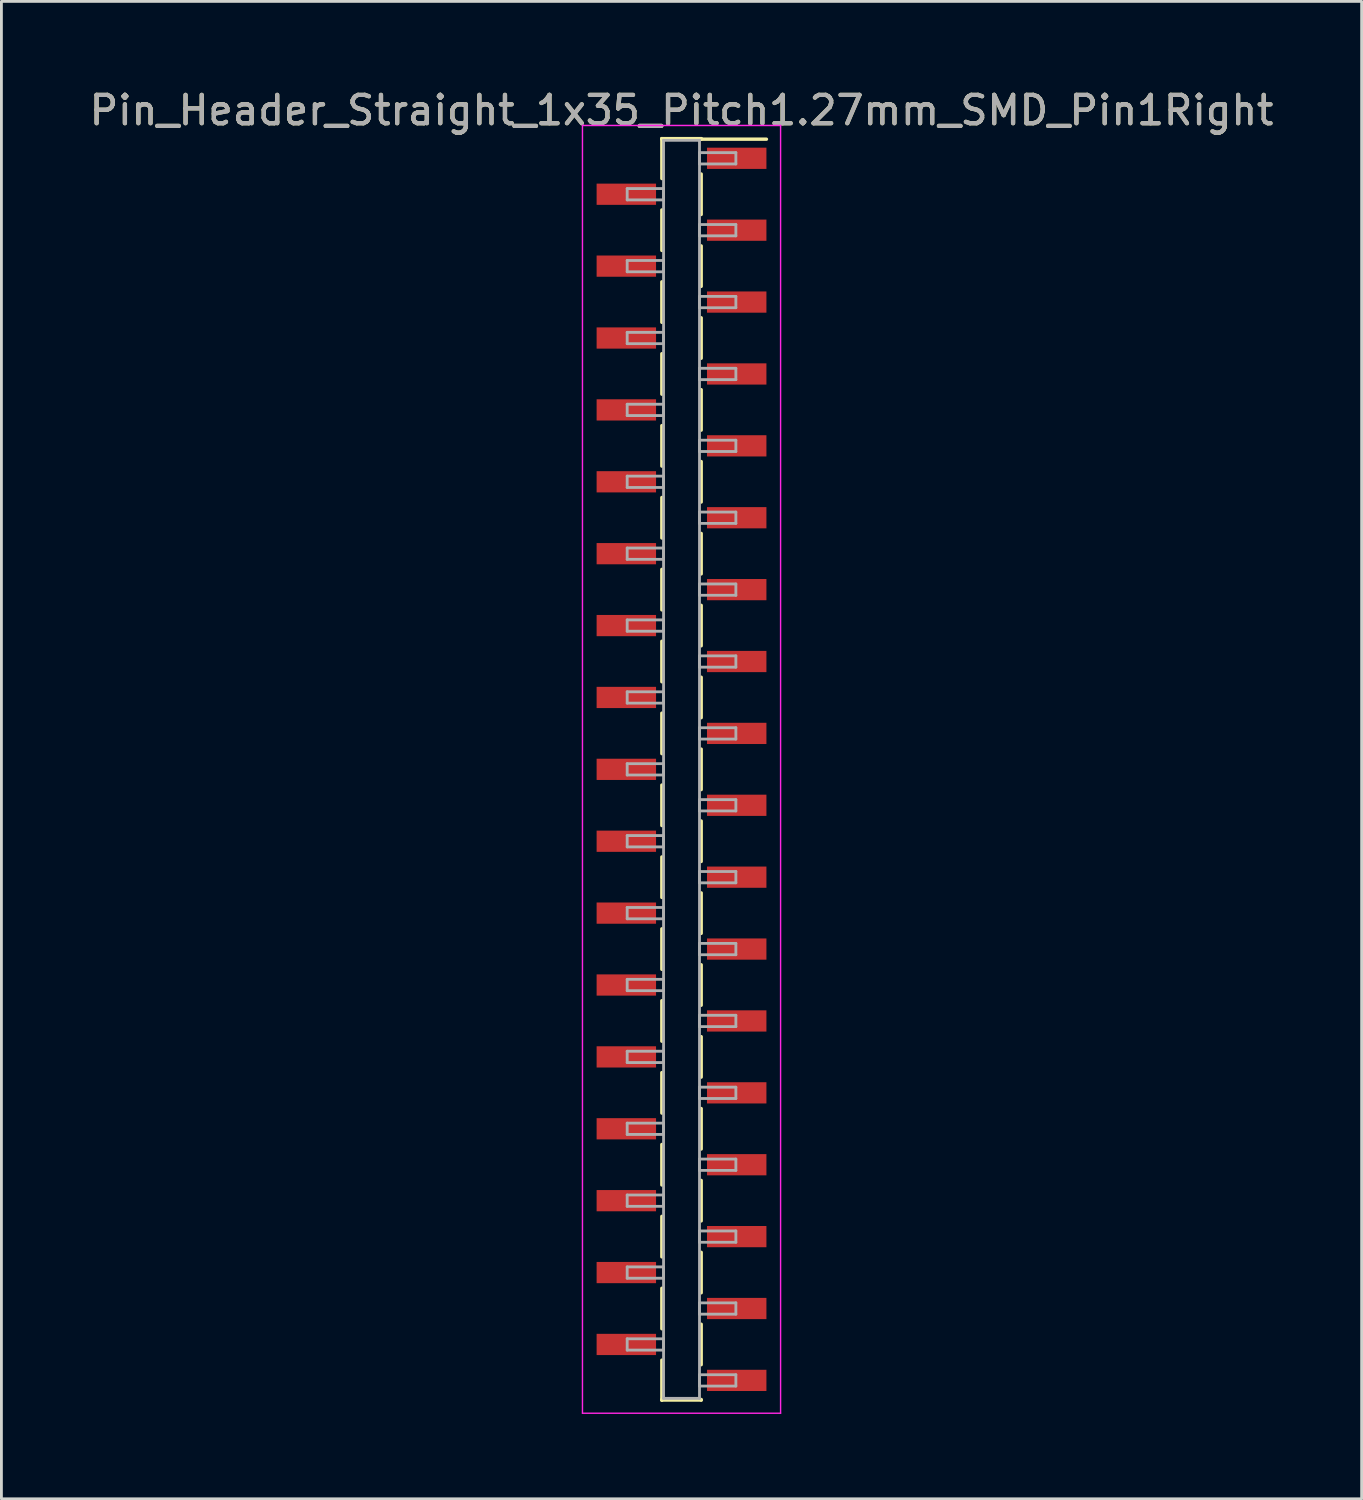
<source format=kicad_pcb>
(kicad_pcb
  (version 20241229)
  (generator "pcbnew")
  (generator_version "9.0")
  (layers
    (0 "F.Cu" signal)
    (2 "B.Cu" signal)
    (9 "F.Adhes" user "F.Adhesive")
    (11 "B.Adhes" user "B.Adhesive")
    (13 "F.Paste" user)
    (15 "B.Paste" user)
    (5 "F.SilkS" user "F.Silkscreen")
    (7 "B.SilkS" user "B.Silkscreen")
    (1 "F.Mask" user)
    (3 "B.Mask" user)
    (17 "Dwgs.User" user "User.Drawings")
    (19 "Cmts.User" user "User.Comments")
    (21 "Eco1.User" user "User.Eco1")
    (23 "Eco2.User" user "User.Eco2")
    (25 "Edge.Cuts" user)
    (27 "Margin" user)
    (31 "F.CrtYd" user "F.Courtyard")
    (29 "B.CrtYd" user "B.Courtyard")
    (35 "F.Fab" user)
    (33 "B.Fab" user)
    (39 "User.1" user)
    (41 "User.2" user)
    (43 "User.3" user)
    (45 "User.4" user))
  (footprint "Pin_Header_Straight_1x35_Pitch1.27mm_SMD_Pin1Right"
    (layer "F.Cu")
    (at 21.03 24.133)
    (property "Reference" "Pin_Header_Straight_1x35_Pitch1.27mm_SMD_Pin1Right" (at 0 -23.285 0) (layer "F.SilkS") (effects (font (size 1 1) (thickness 0.15))))
    (attr smd)
    (fp_line (start -0.695 -22.285) (end -0.695 -20.875) (stroke (width 0.12) (type solid)) (layer "F.SilkS"))
    (fp_line (start -0.695 -22.285) (end 0.695 -22.285) (stroke (width 0.12) (type solid)) (layer "F.SilkS"))
    (fp_line (start -0.695 -22.265) (end -0.695 -22.285) (stroke (width 0.12) (type solid)) (layer "F.SilkS"))
    (fp_line (start -0.695 -19.765) (end -0.695 -18.335) (stroke (width 0.12) (type solid)) (layer "F.SilkS"))
    (fp_line (start -0.695 -17.225) (end -0.695 -15.795) (stroke (width 0.12) (type solid)) (layer "F.SilkS"))
    (fp_line (start -0.695 -14.685) (end -0.695 -13.255) (stroke (width 0.12) (type solid)) (layer "F.SilkS"))
    (fp_line (start -0.695 -12.145) (end -0.695 -10.715) (stroke (width 0.12) (type solid)) (layer "F.SilkS"))
    (fp_line (start -0.695 -9.605) (end -0.695 -8.175) (stroke (width 0.12) (type solid)) (layer "F.SilkS"))
    (fp_line (start -0.695 -7.065) (end -0.695 -5.635) (stroke (width 0.12) (type solid)) (layer "F.SilkS"))
    (fp_line (start -0.695 -4.525) (end -0.695 -3.095) (stroke (width 0.12) (type solid)) (layer "F.SilkS"))
    (fp_line (start -0.695 -1.985) (end -0.695 -0.555) (stroke (width 0.12) (type solid)) (layer "F.SilkS"))
    (fp_line (start -0.695 0.555) (end -0.695 1.985) (stroke (width 0.12) (type solid)) (layer "F.SilkS"))
    (fp_line (start -0.695 3.095) (end -0.695 4.525) (stroke (width 0.12) (type solid)) (layer "F.SilkS"))
    (fp_line (start -0.695 5.635) (end -0.695 7.065) (stroke (width 0.12) (type solid)) (layer "F.SilkS"))
    (fp_line (start -0.695 8.175) (end -0.695 9.605) (stroke (width 0.12) (type solid)) (layer "F.SilkS"))
    (fp_line (start -0.695 10.715) (end -0.695 12.145) (stroke (width 0.12) (type solid)) (layer "F.SilkS"))
    (fp_line (start -0.695 13.255) (end -0.695 14.685) (stroke (width 0.12) (type solid)) (layer "F.SilkS"))
    (fp_line (start -0.695 15.795) (end -0.695 17.225) (stroke (width 0.12) (type solid)) (layer "F.SilkS"))
    (fp_line (start -0.695 18.335) (end -0.695 19.765) (stroke (width 0.12) (type solid)) (layer "F.SilkS"))
    (fp_line (start -0.695 20.875) (end -0.695 22.285) (stroke (width 0.12) (type solid)) (layer "F.SilkS"))
    (fp_line (start -0.695 22.265) (end -0.695 22.285) (stroke (width 0.12) (type solid)) (layer "F.SilkS"))
    (fp_line (start -0.695 22.285) (end 0.695 22.285) (stroke (width 0.12) (type solid)) (layer "F.SilkS"))
    (fp_line (start 0.695 -22.285) (end 0.695 -22.265) (stroke (width 0.12) (type solid)) (layer "F.SilkS"))
    (fp_line (start 0.695 -22.265) (end 3 -22.265) (stroke (width 0.12) (type solid)) (layer "F.SilkS"))
    (fp_line (start 0.695 -21.035) (end 0.695 -19.605) (stroke (width 0.12) (type solid)) (layer "F.SilkS"))
    (fp_line (start 0.695 -18.495) (end 0.695 -17.065) (stroke (width 0.12) (type solid)) (layer "F.SilkS"))
    (fp_line (start 0.695 -15.955) (end 0.695 -14.525) (stroke (width 0.12) (type solid)) (layer "F.SilkS"))
    (fp_line (start 0.695 -13.415) (end 0.695 -11.985) (stroke (width 0.12) (type solid)) (layer "F.SilkS"))
    (fp_line (start 0.695 -10.875) (end 0.695 -9.445) (stroke (width 0.12) (type solid)) (layer "F.SilkS"))
    (fp_line (start 0.695 -8.335) (end 0.695 -6.905) (stroke (width 0.12) (type solid)) (layer "F.SilkS"))
    (fp_line (start 0.695 -5.795) (end 0.695 -4.365) (stroke (width 0.12) (type solid)) (layer "F.SilkS"))
    (fp_line (start 0.695 -3.255) (end 0.695 -1.825) (stroke (width 0.12) (type solid)) (layer "F.SilkS"))
    (fp_line (start 0.695 -0.715) (end 0.695 0.715) (stroke (width 0.12) (type solid)) (layer "F.SilkS"))
    (fp_line (start 0.695 1.825) (end 0.695 3.255) (stroke (width 0.12) (type solid)) (layer "F.SilkS"))
    (fp_line (start 0.695 4.365) (end 0.695 5.795) (stroke (width 0.12) (type solid)) (layer "F.SilkS"))
    (fp_line (start 0.695 6.905) (end 0.695 8.335) (stroke (width 0.12) (type solid)) (layer "F.SilkS"))
    (fp_line (start 0.695 9.445) (end 0.695 10.875) (stroke (width 0.12) (type solid)) (layer "F.SilkS"))
    (fp_line (start 0.695 11.985) (end 0.695 13.415) (stroke (width 0.12) (type solid)) (layer "F.SilkS"))
    (fp_line (start 0.695 14.525) (end 0.695 15.955) (stroke (width 0.12) (type solid)) (layer "F.SilkS"))
    (fp_line (start 0.695 17.065) (end 0.695 18.495) (stroke (width 0.12) (type solid)) (layer "F.SilkS"))
    (fp_line (start 0.695 19.605) (end 0.695 21.035) (stroke (width 0.12) (type solid)) (layer "F.SilkS"))
    (fp_line (start 0.695 22.285) (end 0.695 22.265) (stroke (width 0.12) (type solid)) (layer "F.SilkS"))
    (fp_line (start -3.5 -22.75) (end -3.5 22.75) (stroke (width 0.05) (type solid)) (layer "F.CrtYd"))
    (fp_line (start -3.5 22.75) (end 3.5 22.75) (stroke (width 0.05) (type solid)) (layer "F.CrtYd"))
    (fp_line (start 3.5 -22.75) (end -3.5 -22.75) (stroke (width 0.05) (type solid)) (layer "F.CrtYd"))
    (fp_line (start 3.5 22.75) (end 3.5 -22.75) (stroke (width 0.05) (type solid)) (layer "F.CrtYd"))
    (fp_line (start -1.92 -20.52) (end -0.635 -20.52) (stroke (width 0.1) (type solid)) (layer "F.Fab"))
    (fp_line (start -1.92 -20.12) (end -1.92 -20.52) (stroke (width 0.1) (type solid)) (layer "F.Fab"))
    (fp_line (start -1.92 -17.98) (end -0.635 -17.98) (stroke (width 0.1) (type solid)) (layer "F.Fab"))
    (fp_line (start -1.92 -17.58) (end -1.92 -17.98) (stroke (width 0.1) (type solid)) (layer "F.Fab"))
    (fp_line (start -1.92 -15.44) (end -0.635 -15.44) (stroke (width 0.1) (type solid)) (layer "F.Fab"))
    (fp_line (start -1.92 -15.04) (end -1.92 -15.44) (stroke (width 0.1) (type solid)) (layer "F.Fab"))
    (fp_line (start -1.92 -12.9) (end -0.635 -12.9) (stroke (width 0.1) (type solid)) (layer "F.Fab"))
    (fp_line (start -1.92 -12.5) (end -1.92 -12.9) (stroke (width 0.1) (type solid)) (layer "F.Fab"))
    (fp_line (start -1.92 -10.36) (end -0.635 -10.36) (stroke (width 0.1) (type solid)) (layer "F.Fab"))
    (fp_line (start -1.92 -9.96) (end -1.92 -10.36) (stroke (width 0.1) (type solid)) (layer "F.Fab"))
    (fp_line (start -1.92 -7.82) (end -0.635 -7.82) (stroke (width 0.1) (type solid)) (layer "F.Fab"))
    (fp_line (start -1.92 -7.42) (end -1.92 -7.82) (stroke (width 0.1) (type solid)) (layer "F.Fab"))
    (fp_line (start -1.92 -5.28) (end -0.635 -5.28) (stroke (width 0.1) (type solid)) (layer "F.Fab"))
    (fp_line (start -1.92 -4.88) (end -1.92 -5.28) (stroke (width 0.1) (type solid)) (layer "F.Fab"))
    (fp_line (start -1.92 -2.74) (end -0.635 -2.74) (stroke (width 0.1) (type solid)) (layer "F.Fab"))
    (fp_line (start -1.92 -2.34) (end -1.92 -2.74) (stroke (width 0.1) (type solid)) (layer "F.Fab"))
    (fp_line (start -1.92 -0.2) (end -0.635 -0.2) (stroke (width 0.1) (type solid)) (layer "F.Fab"))
    (fp_line (start -1.92 0.2) (end -1.92 -0.2) (stroke (width 0.1) (type solid)) (layer "F.Fab"))
    (fp_line (start -1.92 2.34) (end -0.635 2.34) (stroke (width 0.1) (type solid)) (layer "F.Fab"))
    (fp_line (start -1.92 2.74) (end -1.92 2.34) (stroke (width 0.1) (type solid)) (layer "F.Fab"))
    (fp_line (start -1.92 4.88) (end -0.635 4.88) (stroke (width 0.1) (type solid)) (layer "F.Fab"))
    (fp_line (start -1.92 5.28) (end -1.92 4.88) (stroke (width 0.1) (type solid)) (layer "F.Fab"))
    (fp_line (start -1.92 7.42) (end -0.635 7.42) (stroke (width 0.1) (type solid)) (layer "F.Fab"))
    (fp_line (start -1.92 7.82) (end -1.92 7.42) (stroke (width 0.1) (type solid)) (layer "F.Fab"))
    (fp_line (start -1.92 9.96) (end -0.635 9.96) (stroke (width 0.1) (type solid)) (layer "F.Fab"))
    (fp_line (start -1.92 10.36) (end -1.92 9.96) (stroke (width 0.1) (type solid)) (layer "F.Fab"))
    (fp_line (start -1.92 12.5) (end -0.635 12.5) (stroke (width 0.1) (type solid)) (layer "F.Fab"))
    (fp_line (start -1.92 12.9) (end -1.92 12.5) (stroke (width 0.1) (type solid)) (layer "F.Fab"))
    (fp_line (start -1.92 15.04) (end -0.635 15.04) (stroke (width 0.1) (type solid)) (layer "F.Fab"))
    (fp_line (start -1.92 15.44) (end -1.92 15.04) (stroke (width 0.1) (type solid)) (layer "F.Fab"))
    (fp_line (start -1.92 17.58) (end -0.635 17.58) (stroke (width 0.1) (type solid)) (layer "F.Fab"))
    (fp_line (start -1.92 17.98) (end -1.92 17.58) (stroke (width 0.1) (type solid)) (layer "F.Fab"))
    (fp_line (start -1.92 20.12) (end -0.635 20.12) (stroke (width 0.1) (type solid)) (layer "F.Fab"))
    (fp_line (start -1.92 20.52) (end -1.92 20.12) (stroke (width 0.1) (type solid)) (layer "F.Fab"))
    (fp_line (start -0.635 -22.225) (end -0.635 22.225) (stroke (width 0.1) (type solid)) (layer "F.Fab"))
    (fp_line (start -0.635 -20.52) (end -0.635 -20.12) (stroke (width 0.1) (type solid)) (layer "F.Fab"))
    (fp_line (start -0.635 -20.12) (end -1.92 -20.12) (stroke (width 0.1) (type solid)) (layer "F.Fab"))
    (fp_line (start -0.635 -17.98) (end -0.635 -17.58) (stroke (width 0.1) (type solid)) (layer "F.Fab"))
    (fp_line (start -0.635 -17.58) (end -1.92 -17.58) (stroke (width 0.1) (type solid)) (layer "F.Fab"))
    (fp_line (start -0.635 -15.44) (end -0.635 -15.04) (stroke (width 0.1) (type solid)) (layer "F.Fab"))
    (fp_line (start -0.635 -15.04) (end -1.92 -15.04) (stroke (width 0.1) (type solid)) (layer "F.Fab"))
    (fp_line (start -0.635 -12.9) (end -0.635 -12.5) (stroke (width 0.1) (type solid)) (layer "F.Fab"))
    (fp_line (start -0.635 -12.5) (end -1.92 -12.5) (stroke (width 0.1) (type solid)) (layer "F.Fab"))
    (fp_line (start -0.635 -10.36) (end -0.635 -9.96) (stroke (width 0.1) (type solid)) (layer "F.Fab"))
    (fp_line (start -0.635 -9.96) (end -1.92 -9.96) (stroke (width 0.1) (type solid)) (layer "F.Fab"))
    (fp_line (start -0.635 -7.82) (end -0.635 -7.42) (stroke (width 0.1) (type solid)) (layer "F.Fab"))
    (fp_line (start -0.635 -7.42) (end -1.92 -7.42) (stroke (width 0.1) (type solid)) (layer "F.Fab"))
    (fp_line (start -0.635 -5.28) (end -0.635 -4.88) (stroke (width 0.1) (type solid)) (layer "F.Fab"))
    (fp_line (start -0.635 -4.88) (end -1.92 -4.88) (stroke (width 0.1) (type solid)) (layer "F.Fab"))
    (fp_line (start -0.635 -2.74) (end -0.635 -2.34) (stroke (width 0.1) (type solid)) (layer "F.Fab"))
    (fp_line (start -0.635 -2.34) (end -1.92 -2.34) (stroke (width 0.1) (type solid)) (layer "F.Fab"))
    (fp_line (start -0.635 -0.2) (end -0.635 0.2) (stroke (width 0.1) (type solid)) (layer "F.Fab"))
    (fp_line (start -0.635 0.2) (end -1.92 0.2) (stroke (width 0.1) (type solid)) (layer "F.Fab"))
    (fp_line (start -0.635 2.34) (end -0.635 2.74) (stroke (width 0.1) (type solid)) (layer "F.Fab"))
    (fp_line (start -0.635 2.74) (end -1.92 2.74) (stroke (width 0.1) (type solid)) (layer "F.Fab"))
    (fp_line (start -0.635 4.88) (end -0.635 5.28) (stroke (width 0.1) (type solid)) (layer "F.Fab"))
    (fp_line (start -0.635 5.28) (end -1.92 5.28) (stroke (width 0.1) (type solid)) (layer "F.Fab"))
    (fp_line (start -0.635 7.42) (end -0.635 7.82) (stroke (width 0.1) (type solid)) (layer "F.Fab"))
    (fp_line (start -0.635 7.82) (end -1.92 7.82) (stroke (width 0.1) (type solid)) (layer "F.Fab"))
    (fp_line (start -0.635 9.96) (end -0.635 10.36) (stroke (width 0.1) (type solid)) (layer "F.Fab"))
    (fp_line (start -0.635 10.36) (end -1.92 10.36) (stroke (width 0.1) (type solid)) (layer "F.Fab"))
    (fp_line (start -0.635 12.5) (end -0.635 12.9) (stroke (width 0.1) (type solid)) (layer "F.Fab"))
    (fp_line (start -0.635 12.9) (end -1.92 12.9) (stroke (width 0.1) (type solid)) (layer "F.Fab"))
    (fp_line (start -0.635 15.04) (end -0.635 15.44) (stroke (width 0.1) (type solid)) (layer "F.Fab"))
    (fp_line (start -0.635 15.44) (end -1.92 15.44) (stroke (width 0.1) (type solid)) (layer "F.Fab"))
    (fp_line (start -0.635 17.58) (end -0.635 17.98) (stroke (width 0.1) (type solid)) (layer "F.Fab"))
    (fp_line (start -0.635 17.98) (end -1.92 17.98) (stroke (width 0.1) (type solid)) (layer "F.Fab"))
    (fp_line (start -0.635 20.12) (end -0.635 20.52) (stroke (width 0.1) (type solid)) (layer "F.Fab"))
    (fp_line (start -0.635 20.52) (end -1.92 20.52) (stroke (width 0.1) (type solid)) (layer "F.Fab"))
    (fp_line (start -0.635 22.225) (end 0.635 22.225) (stroke (width 0.1) (type solid)) (layer "F.Fab"))
    (fp_line (start 0.635 -22.225) (end -0.635 -22.225) (stroke (width 0.1) (type solid)) (layer "F.Fab"))
    (fp_line (start 0.635 -21.79) (end 0.635 -21.39) (stroke (width 0.1) (type solid)) (layer "F.Fab"))
    (fp_line (start 0.635 -21.39) (end 1.92 -21.39) (stroke (width 0.1) (type solid)) (layer "F.Fab"))
    (fp_line (start 0.635 -19.25) (end 0.635 -18.85) (stroke (width 0.1) (type solid)) (layer "F.Fab"))
    (fp_line (start 0.635 -18.85) (end 1.92 -18.85) (stroke (width 0.1) (type solid)) (layer "F.Fab"))
    (fp_line (start 0.635 -16.71) (end 0.635 -16.31) (stroke (width 0.1) (type solid)) (layer "F.Fab"))
    (fp_line (start 0.635 -16.31) (end 1.92 -16.31) (stroke (width 0.1) (type solid)) (layer "F.Fab"))
    (fp_line (start 0.635 -14.17) (end 0.635 -13.77) (stroke (width 0.1) (type solid)) (layer "F.Fab"))
    (fp_line (start 0.635 -13.77) (end 1.92 -13.77) (stroke (width 0.1) (type solid)) (layer "F.Fab"))
    (fp_line (start 0.635 -11.63) (end 0.635 -11.23) (stroke (width 0.1) (type solid)) (layer "F.Fab"))
    (fp_line (start 0.635 -11.23) (end 1.92 -11.23) (stroke (width 0.1) (type solid)) (layer "F.Fab"))
    (fp_line (start 0.635 -9.09) (end 0.635 -8.69) (stroke (width 0.1) (type solid)) (layer "F.Fab"))
    (fp_line (start 0.635 -8.69) (end 1.92 -8.69) (stroke (width 0.1) (type solid)) (layer "F.Fab"))
    (fp_line (start 0.635 -6.55) (end 0.635 -6.15) (stroke (width 0.1) (type solid)) (layer "F.Fab"))
    (fp_line (start 0.635 -6.15) (end 1.92 -6.15) (stroke (width 0.1) (type solid)) (layer "F.Fab"))
    (fp_line (start 0.635 -4.01) (end 0.635 -3.61) (stroke (width 0.1) (type solid)) (layer "F.Fab"))
    (fp_line (start 0.635 -3.61) (end 1.92 -3.61) (stroke (width 0.1) (type solid)) (layer "F.Fab"))
    (fp_line (start 0.635 -1.47) (end 0.635 -1.07) (stroke (width 0.1) (type solid)) (layer "F.Fab"))
    (fp_line (start 0.635 -1.07) (end 1.92 -1.07) (stroke (width 0.1) (type solid)) (layer "F.Fab"))
    (fp_line (start 0.635 1.07) (end 0.635 1.47) (stroke (width 0.1) (type solid)) (layer "F.Fab"))
    (fp_line (start 0.635 1.47) (end 1.92 1.47) (stroke (width 0.1) (type solid)) (layer "F.Fab"))
    (fp_line (start 0.635 3.61) (end 0.635 4.01) (stroke (width 0.1) (type solid)) (layer "F.Fab"))
    (fp_line (start 0.635 4.01) (end 1.92 4.01) (stroke (width 0.1) (type solid)) (layer "F.Fab"))
    (fp_line (start 0.635 6.15) (end 0.635 6.55) (stroke (width 0.1) (type solid)) (layer "F.Fab"))
    (fp_line (start 0.635 6.55) (end 1.92 6.55) (stroke (width 0.1) (type solid)) (layer "F.Fab"))
    (fp_line (start 0.635 8.69) (end 0.635 9.09) (stroke (width 0.1) (type solid)) (layer "F.Fab"))
    (fp_line (start 0.635 9.09) (end 1.92 9.09) (stroke (width 0.1) (type solid)) (layer "F.Fab"))
    (fp_line (start 0.635 11.23) (end 0.635 11.63) (stroke (width 0.1) (type solid)) (layer "F.Fab"))
    (fp_line (start 0.635 11.63) (end 1.92 11.63) (stroke (width 0.1) (type solid)) (layer "F.Fab"))
    (fp_line (start 0.635 13.77) (end 0.635 14.17) (stroke (width 0.1) (type solid)) (layer "F.Fab"))
    (fp_line (start 0.635 14.17) (end 1.92 14.17) (stroke (width 0.1) (type solid)) (layer "F.Fab"))
    (fp_line (start 0.635 16.31) (end 0.635 16.71) (stroke (width 0.1) (type solid)) (layer "F.Fab"))
    (fp_line (start 0.635 16.71) (end 1.92 16.71) (stroke (width 0.1) (type solid)) (layer "F.Fab"))
    (fp_line (start 0.635 18.85) (end 0.635 19.25) (stroke (width 0.1) (type solid)) (layer "F.Fab"))
    (fp_line (start 0.635 19.25) (end 1.92 19.25) (stroke (width 0.1) (type solid)) (layer "F.Fab"))
    (fp_line (start 0.635 21.39) (end 0.635 21.79) (stroke (width 0.1) (type solid)) (layer "F.Fab"))
    (fp_line (start 0.635 21.79) (end 1.92 21.79) (stroke (width 0.1) (type solid)) (layer "F.Fab"))
    (fp_line (start 0.635 22.225) (end 0.635 -22.225) (stroke (width 0.1) (type solid)) (layer "F.Fab"))
    (fp_line (start 1.92 -21.79) (end 0.635 -21.79) (stroke (width 0.1) (type solid)) (layer "F.Fab"))
    (fp_line (start 1.92 -21.39) (end 1.92 -21.79) (stroke (width 0.1) (type solid)) (layer "F.Fab"))
    (fp_line (start 1.92 -19.25) (end 0.635 -19.25) (stroke (width 0.1) (type solid)) (layer "F.Fab"))
    (fp_line (start 1.92 -18.85) (end 1.92 -19.25) (stroke (width 0.1) (type solid)) (layer "F.Fab"))
    (fp_line (start 1.92 -16.71) (end 0.635 -16.71) (stroke (width 0.1) (type solid)) (layer "F.Fab"))
    (fp_line (start 1.92 -16.31) (end 1.92 -16.71) (stroke (width 0.1) (type solid)) (layer "F.Fab"))
    (fp_line (start 1.92 -14.17) (end 0.635 -14.17) (stroke (width 0.1) (type solid)) (layer "F.Fab"))
    (fp_line (start 1.92 -13.77) (end 1.92 -14.17) (stroke (width 0.1) (type solid)) (layer "F.Fab"))
    (fp_line (start 1.92 -11.63) (end 0.635 -11.63) (stroke (width 0.1) (type solid)) (layer "F.Fab"))
    (fp_line (start 1.92 -11.23) (end 1.92 -11.63) (stroke (width 0.1) (type solid)) (layer "F.Fab"))
    (fp_line (start 1.92 -9.09) (end 0.635 -9.09) (stroke (width 0.1) (type solid)) (layer "F.Fab"))
    (fp_line (start 1.92 -8.69) (end 1.92 -9.09) (stroke (width 0.1) (type solid)) (layer "F.Fab"))
    (fp_line (start 1.92 -6.55) (end 0.635 -6.55) (stroke (width 0.1) (type solid)) (layer "F.Fab"))
    (fp_line (start 1.92 -6.15) (end 1.92 -6.55) (stroke (width 0.1) (type solid)) (layer "F.Fab"))
    (fp_line (start 1.92 -4.01) (end 0.635 -4.01) (stroke (width 0.1) (type solid)) (layer "F.Fab"))
    (fp_line (start 1.92 -3.61) (end 1.92 -4.01) (stroke (width 0.1) (type solid)) (layer "F.Fab"))
    (fp_line (start 1.92 -1.47) (end 0.635 -1.47) (stroke (width 0.1) (type solid)) (layer "F.Fab"))
    (fp_line (start 1.92 -1.07) (end 1.92 -1.47) (stroke (width 0.1) (type solid)) (layer "F.Fab"))
    (fp_line (start 1.92 1.07) (end 0.635 1.07) (stroke (width 0.1) (type solid)) (layer "F.Fab"))
    (fp_line (start 1.92 1.47) (end 1.92 1.07) (stroke (width 0.1) (type solid)) (layer "F.Fab"))
    (fp_line (start 1.92 3.61) (end 0.635 3.61) (stroke (width 0.1) (type solid)) (layer "F.Fab"))
    (fp_line (start 1.92 4.01) (end 1.92 3.61) (stroke (width 0.1) (type solid)) (layer "F.Fab"))
    (fp_line (start 1.92 6.15) (end 0.635 6.15) (stroke (width 0.1) (type solid)) (layer "F.Fab"))
    (fp_line (start 1.92 6.55) (end 1.92 6.15) (stroke (width 0.1) (type solid)) (layer "F.Fab"))
    (fp_line (start 1.92 8.69) (end 0.635 8.69) (stroke (width 0.1) (type solid)) (layer "F.Fab"))
    (fp_line (start 1.92 9.09) (end 1.92 8.69) (stroke (width 0.1) (type solid)) (layer "F.Fab"))
    (fp_line (start 1.92 11.23) (end 0.635 11.23) (stroke (width 0.1) (type solid)) (layer "F.Fab"))
    (fp_line (start 1.92 11.63) (end 1.92 11.23) (stroke (width 0.1) (type solid)) (layer "F.Fab"))
    (fp_line (start 1.92 13.77) (end 0.635 13.77) (stroke (width 0.1) (type solid)) (layer "F.Fab"))
    (fp_line (start 1.92 14.17) (end 1.92 13.77) (stroke (width 0.1) (type solid)) (layer "F.Fab"))
    (fp_line (start 1.92 16.31) (end 0.635 16.31) (stroke (width 0.1) (type solid)) (layer "F.Fab"))
    (fp_line (start 1.92 16.71) (end 1.92 16.31) (stroke (width 0.1) (type solid)) (layer "F.Fab"))
    (fp_line (start 1.92 18.85) (end 0.635 18.85) (stroke (width 0.1) (type solid)) (layer "F.Fab"))
    (fp_line (start 1.92 19.25) (end 1.92 18.85) (stroke (width 0.1) (type solid)) (layer "F.Fab"))
    (fp_line (start 1.92 21.39) (end 0.635 21.39) (stroke (width 0.1) (type solid)) (layer "F.Fab"))
    (fp_line (start 1.92 21.79) (end 1.92 21.39) (stroke (width 0.1) (type solid)) (layer "F.Fab"))
    (fp_text user "${REFERENCE}" (at 0 -23.285 0) (layer "F.Fab") (effects (font (size 1 1) (thickness 0.15))))
    (pad "1" smd rect (at 1.95 -21.59) (size 2.1 0.75) (layers "F.Cu" "F.Mask" "F.Paste"))
    (pad "2" smd rect (at -1.95 -20.32) (size 2.1 0.75) (layers "F.Cu" "F.Mask" "F.Paste"))
    (pad "3" smd rect (at 1.95 -19.05) (size 2.1 0.75) (layers "F.Cu" "F.Mask" "F.Paste"))
    (pad "4" smd rect (at -1.95 -17.78) (size 2.1 0.75) (layers "F.Cu" "F.Mask" "F.Paste"))
    (pad "5" smd rect (at 1.95 -16.51) (size 2.1 0.75) (layers "F.Cu" "F.Mask" "F.Paste"))
    (pad "6" smd rect (at -1.95 -15.24) (size 2.1 0.75) (layers "F.Cu" "F.Mask" "F.Paste"))
    (pad "7" smd rect (at 1.95 -13.97) (size 2.1 0.75) (layers "F.Cu" "F.Mask" "F.Paste"))
    (pad "8" smd rect (at -1.95 -12.7) (size 2.1 0.75) (layers "F.Cu" "F.Mask" "F.Paste"))
    (pad "9" smd rect (at 1.95 -11.43) (size 2.1 0.75) (layers "F.Cu" "F.Mask" "F.Paste"))
    (pad "10" smd rect (at -1.95 -10.16) (size 2.1 0.75) (layers "F.Cu" "F.Mask" "F.Paste"))
    (pad "11" smd rect (at 1.95 -8.89) (size 2.1 0.75) (layers "F.Cu" "F.Mask" "F.Paste"))
    (pad "12" smd rect (at -1.95 -7.62) (size 2.1 0.75) (layers "F.Cu" "F.Mask" "F.Paste"))
    (pad "13" smd rect (at 1.95 -6.35) (size 2.1 0.75) (layers "F.Cu" "F.Mask" "F.Paste"))
    (pad "14" smd rect (at -1.95 -5.08) (size 2.1 0.75) (layers "F.Cu" "F.Mask" "F.Paste"))
    (pad "15" smd rect (at 1.95 -3.81) (size 2.1 0.75) (layers "F.Cu" "F.Mask" "F.Paste"))
    (pad "16" smd rect (at -1.95 -2.54) (size 2.1 0.75) (layers "F.Cu" "F.Mask" "F.Paste"))
    (pad "17" smd rect (at 1.95 -1.27) (size 2.1 0.75) (layers "F.Cu" "F.Mask" "F.Paste"))
    (pad "18" smd rect (at -1.95 0) (size 2.1 0.75) (layers "F.Cu" "F.Mask" "F.Paste"))
    (pad "19" smd rect (at 1.95 1.27) (size 2.1 0.75) (layers "F.Cu" "F.Mask" "F.Paste"))
    (pad "20" smd rect (at -1.95 2.54) (size 2.1 0.75) (layers "F.Cu" "F.Mask" "F.Paste"))
    (pad "21" smd rect (at 1.95 3.81) (size 2.1 0.75) (layers "F.Cu" "F.Mask" "F.Paste"))
    (pad "22" smd rect (at -1.95 5.08) (size 2.1 0.75) (layers "F.Cu" "F.Mask" "F.Paste"))
    (pad "23" smd rect (at 1.95 6.35) (size 2.1 0.75) (layers "F.Cu" "F.Mask" "F.Paste"))
    (pad "24" smd rect (at -1.95 7.62) (size 2.1 0.75) (layers "F.Cu" "F.Mask" "F.Paste"))
    (pad "25" smd rect (at 1.95 8.89) (size 2.1 0.75) (layers "F.Cu" "F.Mask" "F.Paste"))
    (pad "26" smd rect (at -1.95 10.16) (size 2.1 0.75) (layers "F.Cu" "F.Mask" "F.Paste"))
    (pad "27" smd rect (at 1.95 11.43) (size 2.1 0.75) (layers "F.Cu" "F.Mask" "F.Paste"))
    (pad "28" smd rect (at -1.95 12.7) (size 2.1 0.75) (layers "F.Cu" "F.Mask" "F.Paste"))
    (pad "29" smd rect (at 1.95 13.97) (size 2.1 0.75) (layers "F.Cu" "F.Mask" "F.Paste"))
    (pad "30" smd rect (at -1.95 15.24) (size 2.1 0.75) (layers "F.Cu" "F.Mask" "F.Paste"))
    (pad "31" smd rect (at 1.95 16.51) (size 2.1 0.75) (layers "F.Cu" "F.Mask" "F.Paste"))
    (pad "32" smd rect (at -1.95 17.78) (size 2.1 0.75) (layers "F.Cu" "F.Mask" "F.Paste"))
    (pad "33" smd rect (at 1.95 19.05) (size 2.1 0.75) (layers "F.Cu" "F.Mask" "F.Paste"))
    (pad "34" smd rect (at -1.95 20.32) (size 2.1 0.75) (layers "F.Cu" "F.Mask" "F.Paste"))
    (pad "35" smd rect (at 1.95 21.59) (size 2.1 0.75) (layers "F.Cu" "F.Mask" "F.Paste")))
  (gr_rect
    (start -3 -3)
    (end 45.06 49.908)
    (stroke (width 0.1) (type default))
    (fill no)
    (layer "Edge.Cuts")))
</source>
